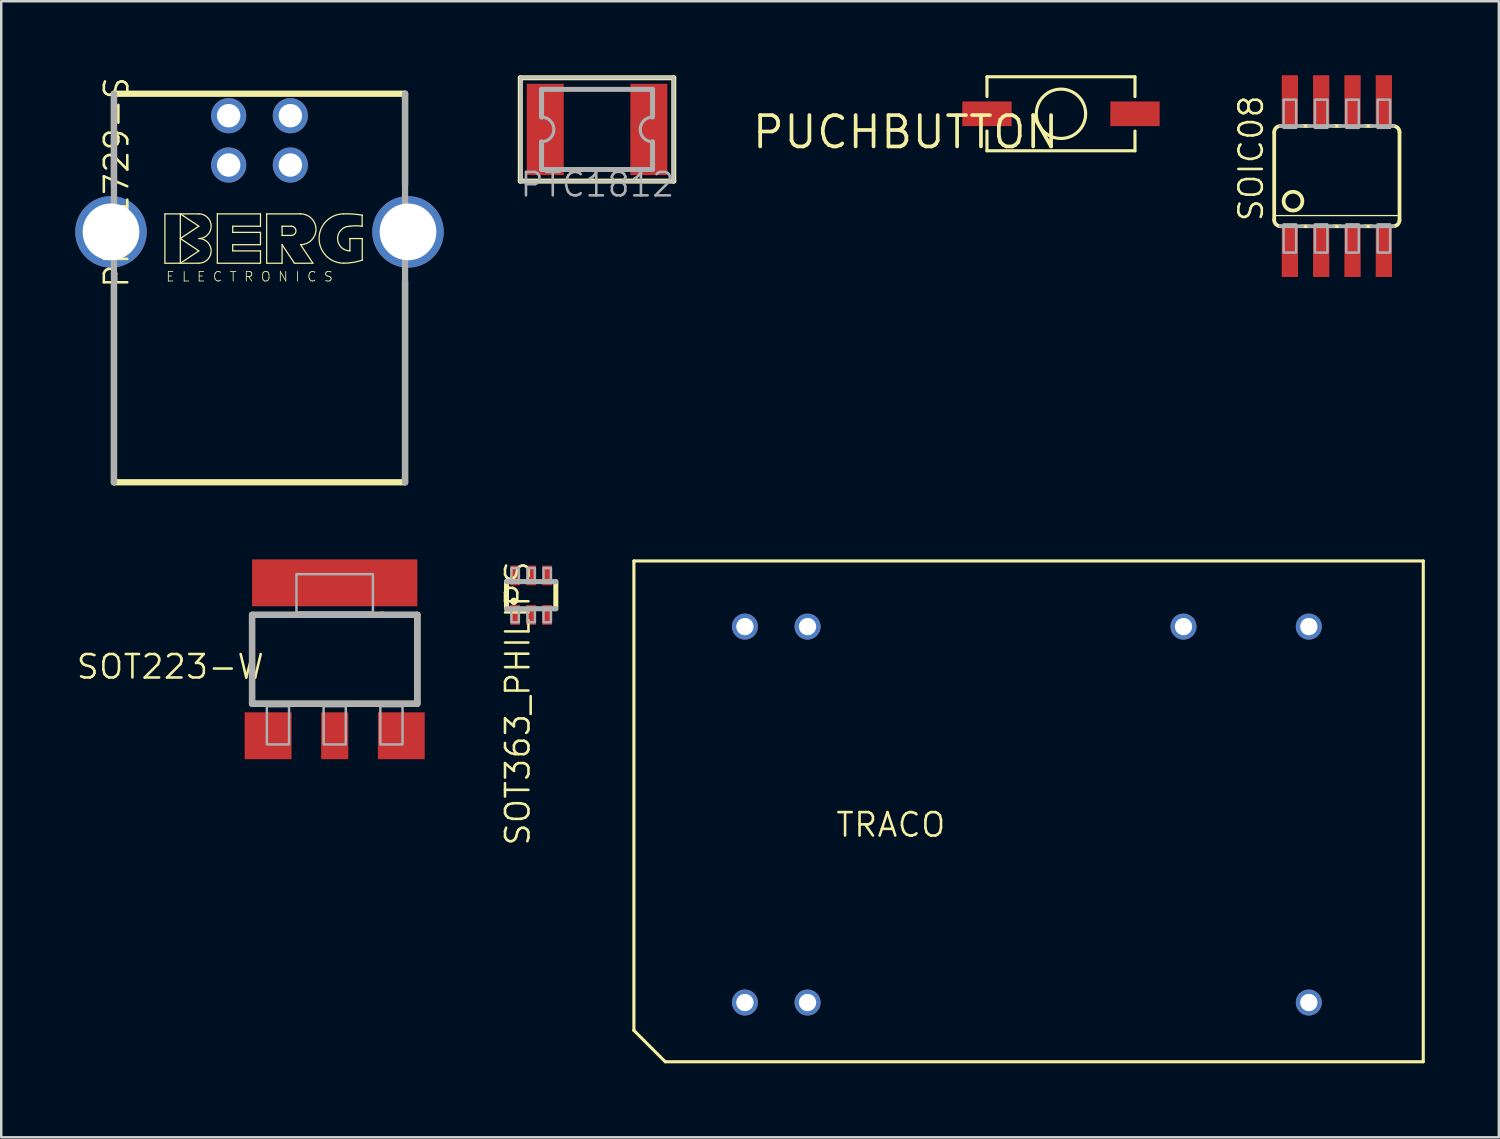
<source format=kicad_pcb>
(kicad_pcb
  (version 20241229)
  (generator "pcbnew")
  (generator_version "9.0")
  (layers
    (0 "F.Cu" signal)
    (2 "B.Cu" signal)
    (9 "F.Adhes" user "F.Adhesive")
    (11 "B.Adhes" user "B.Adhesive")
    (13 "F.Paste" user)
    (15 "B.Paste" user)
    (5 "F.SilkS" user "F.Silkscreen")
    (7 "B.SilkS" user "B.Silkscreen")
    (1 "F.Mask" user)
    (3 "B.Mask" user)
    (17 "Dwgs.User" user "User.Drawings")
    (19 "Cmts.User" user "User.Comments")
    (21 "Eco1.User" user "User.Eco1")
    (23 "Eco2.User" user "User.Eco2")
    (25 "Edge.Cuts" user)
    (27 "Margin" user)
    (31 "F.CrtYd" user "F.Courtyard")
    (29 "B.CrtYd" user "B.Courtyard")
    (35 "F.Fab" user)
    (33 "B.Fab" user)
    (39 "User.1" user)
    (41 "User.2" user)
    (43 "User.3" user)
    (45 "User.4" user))
  (footprint "PN61729-S"
    (layer "F.Cu")
    (at 7.47 6.35)
    (property "Reference" "PN61729-S" (at -6.35 -6.35 270) (layer "F.SilkS") (effects (font (size 0.95 0.95) (thickness 0.104)) (justify right top)))
    (attr through_hole)
    (fp_line (start -5.9 -5.6) (end -5.9 -1.915) (stroke (width 0.254) (type solid)) (layer "F.SilkS"))
    (fp_line (start -5.9 2.02) (end -5.9 10.15) (stroke (width 0.254) (type solid)) (layer "F.SilkS"))
    (fp_line (start -5.9 10.15) (end 5.9 10.15) (stroke (width 0.254) (type solid)) (layer "F.SilkS"))
    (fp_line (start -3.835 -0.73) (end -3.835 1.27) (stroke (width 0.051) (type solid)) (layer "F.SilkS"))
    (fp_line (start -3.835 1.27) (end -3.21 1.27) (stroke (width 0.051) (type solid)) (layer "F.SilkS"))
    (fp_line (start -3.21 -0.73) (end -3.835 -0.73) (stroke (width 0.051) (type solid)) (layer "F.SilkS"))
    (fp_line (start -3.21 -0.73) (end -2.46 -0.23) (stroke (width 0.051) (type solid)) (layer "F.SilkS"))
    (fp_line (start -3.21 0.27) (end -3.21 -0.73) (stroke (width 0.051) (type solid)) (layer "F.SilkS"))
    (fp_line (start -3.21 0.27) (end -2.46 0.77) (stroke (width 0.051) (type solid)) (layer "F.SilkS"))
    (fp_line (start -3.21 1.27) (end -3.21 0.27) (stroke (width 0.051) (type solid)) (layer "F.SilkS"))
    (fp_line (start -2.46 -0.73) (end -3.21 -0.73) (stroke (width 0.051) (type solid)) (layer "F.SilkS"))
    (fp_line (start -2.46 -0.23) (end -3.21 0.27) (stroke (width 0.051) (type solid)) (layer "F.SilkS"))
    (fp_line (start -2.46 0.77) (end -3.21 1.27) (stroke (width 0.051) (type solid)) (layer "F.SilkS"))
    (fp_line (start -2.46 1.27) (end -3.21 1.27) (stroke (width 0.051) (type solid)) (layer "F.SilkS"))
    (fp_line (start -1.71 -0.73) (end -1.71 1.27) (stroke (width 0.051) (type solid)) (layer "F.SilkS"))
    (fp_line (start -1.71 1.27) (end 0.04 1.27) (stroke (width 0.051) (type solid)) (layer "F.SilkS"))
    (fp_line (start -1.085 -0.23) (end 0.04 -0.23) (stroke (width 0.051) (type solid)) (layer "F.SilkS"))
    (fp_line (start -1.085 0.02) (end -1.085 -0.23) (stroke (width 0.051) (type solid)) (layer "F.SilkS"))
    (fp_line (start -1.085 0.52) (end 0.04 0.52) (stroke (width 0.051) (type solid)) (layer "F.SilkS"))
    (fp_line (start -1.085 0.77) (end -1.085 0.52) (stroke (width 0.051) (type solid)) (layer "F.SilkS"))
    (fp_line (start 0.04 -0.73) (end -1.71 -0.73) (stroke (width 0.051) (type solid)) (layer "F.SilkS"))
    (fp_line (start 0.04 -0.23) (end 0.04 -0.73) (stroke (width 0.051) (type solid)) (layer "F.SilkS"))
    (fp_line (start 0.04 0.02) (end -1.085 0.02) (stroke (width 0.051) (type solid)) (layer "F.SilkS"))
    (fp_line (start 0.04 0.52) (end 0.04 0.02) (stroke (width 0.051) (type solid)) (layer "F.SilkS"))
    (fp_line (start 0.04 0.77) (end -1.085 0.77) (stroke (width 0.051) (type solid)) (layer "F.SilkS"))
    (fp_line (start 0.04 1.27) (end 0.04 0.77) (stroke (width 0.051) (type solid)) (layer "F.SilkS"))
    (fp_line (start 0.29 -0.73) (end 0.29 1.27) (stroke (width 0.051) (type solid)) (layer "F.SilkS"))
    (fp_line (start 0.29 -0.73) (end 1.665 -0.73) (stroke (width 0.051) (type solid)) (layer "F.SilkS"))
    (fp_line (start 0.29 1.27) (end 0.915 1.27) (stroke (width 0.051) (type solid)) (layer "F.SilkS"))
    (fp_line (start 0.915 -0.23) (end 0.915 0.145) (stroke (width 0.051) (type solid)) (layer "F.SilkS"))
    (fp_line (start 0.915 -0.23) (end 1.29 -0.23) (stroke (width 0.051) (type solid)) (layer "F.SilkS"))
    (fp_line (start 0.915 0.145) (end 1.29 0.145) (stroke (width 0.051) (type solid)) (layer "F.SilkS"))
    (fp_line (start 0.915 0.52) (end 1.415 1.27) (stroke (width 0.051) (type solid)) (layer "F.SilkS"))
    (fp_line (start 0.915 1.27) (end 0.915 0.52) (stroke (width 0.051) (type solid)) (layer "F.SilkS"))
    (fp_line (start 1.415 1.27) (end 2.165 1.27) (stroke (width 0.051) (type solid)) (layer "F.SilkS"))
    (fp_line (start 2.165 1.27) (end 1.665 0.52) (stroke (width 0.051) (type solid)) (layer "F.SilkS"))
    (fp_line (start 3.665 0.27) (end 3.665 0.77) (stroke (width 0.051) (type solid)) (layer "F.SilkS"))
    (fp_line (start 3.665 0.27) (end 4.165 0.27) (stroke (width 0.051) (type solid)) (layer "F.SilkS"))
    (fp_line (start 4.16 -0.23) (end 4.16 -0.675) (stroke (width 0.051) (type solid)) (layer "F.SilkS"))
    (fp_line (start 4.165 0.27) (end 4.165 1.145) (stroke (width 0.051) (type solid)) (layer "F.SilkS"))
    (fp_line (start 5.9 -5.6) (end -5.9 -5.6) (stroke (width 0.254) (type solid)) (layer "F.SilkS"))
    (fp_line (start 5.9 -1.915) (end 5.9 -5.6) (stroke (width 0.254) (type solid)) (layer "F.SilkS"))
    (fp_line (start 5.9 10.15) (end 5.9 2.02) (stroke (width 0.254) (type solid)) (layer "F.SilkS"))
    (fp_arc (start -2.46 -0.73) (mid -1.96 -0.23) (end -2.46 0.27) (stroke (width 0.0508) (type solid)) (layer "F.SilkS"))
    (fp_arc (start -2.46 0.27) (mid -1.96 0.77) (end -2.46 1.27) (stroke (width 0.0508) (type solid)) (layer "F.SilkS"))
    (fp_arc (start 1.29 -0.23) (mid 1.4775 -0.0425) (end 1.29 0.145) (stroke (width 0.0508) (type solid)) (layer "F.SilkS"))
    (fp_arc (start 1.665 -0.73) (mid 2.29 -0.105) (end 1.665 0.52) (stroke (width 0.0508) (type solid)) (layer "F.SilkS"))
    (fp_arc (start 3.415 -0.73) (mid 3.796448 -0.72251) (end 4.175 -0.675) (stroke (width 0.0508) (type solid)) (layer "F.SilkS"))
    (fp_arc (start 3.415 1.27) (mid 2.415 0.27) (end 3.415 -0.73) (stroke (width 0.0508) (type solid)) (layer "F.SilkS"))
    (fp_arc (start 3.665 -0.23) (mid 3.915 -0.246593) (end 4.165 -0.23) (stroke (width 0.0508) (type solid)) (layer "F.SilkS"))
    (fp_arc (start 3.665 0.77) (mid 3.165 0.27) (end 3.665 -0.23) (stroke (width 0.0508) (type solid)) (layer "F.SilkS"))
    (fp_arc (start 4.165 1.145) (mid 3.795035 1.23771) (end 3.415 1.27) (stroke (width 0.0508) (type solid)) (layer "F.SilkS"))
    (fp_line (start -5.9 -5.6) (end -5.9 10.15) (stroke (width 0.254) (type solid)) (layer "F.Fab"))
    (fp_line (start 5.9 10.15) (end 5.9 -5.6) (stroke (width 0.254) (type solid)) (layer "F.Fab"))
    (fp_text user "E L E C T R O N I C S" (at -3.81 2.04 0) (layer "F.SilkS") (effects (font (size 0.386 0.386) (thickness 0.033)) (justify left bottom)))
    (pad "1" thru_hole circle (at 1.25 -4.71) (size 1.425 1.425) (drill 0.95) (layers "*.Cu" "*.Mask"))
    (pad "2" thru_hole circle (at -1.25 -4.71) (size 1.425 1.425) (drill 0.95) (layers "*.Cu" "*.Mask"))
    (pad "3" thru_hole circle (at -1.25 -2.71) (size 1.425 1.425) (drill 0.95) (layers "*.Cu" "*.Mask"))
    (pad "4" thru_hole circle (at 1.25 -2.71) (size 1.425 1.425) (drill 0.95) (layers "*.Cu" "*.Mask"))
    (pad "S1" thru_hole circle (at -6.02 0) (size 2.9 2.9) (drill 2.3) (layers "*.Cu" "*.Mask"))
    (pad "S2" thru_hole circle (at 6.02 0) (size 2.9 2.9) (drill 2.3) (layers "*.Cu" "*.Mask")))
  (footprint "SOT363_PHILIPS"
    (layer "F.Cu")
    (at 18.482 21.077)
    (property "Reference" "SOT363_PHILIPS" (at -1.1 -1.45 270) (layer "F.SilkS") (effects (font (size 0.95 0.95) (thickness 0.104)) (justify right top)))
    (attr through_hole)
    (fp_line (start -1 0.55) (end -1 -0.55) (stroke (width 0.203) (type solid)) (layer "F.SilkS"))
    (fp_line (start 1 -0.55) (end 1 0.55) (stroke (width 0.203) (type solid)) (layer "F.SilkS"))
    (fp_circle (center -0.7 0.25) (end -0.55 0.25) (stroke (width 0) (type solid)) (fill yes) (layer "F.SilkS"))
    (fp_line (start -1 -0.55) (end 1 -0.55) (stroke (width 0.203) (type solid)) (layer "F.Fab"))
    (fp_line (start 1 0.55) (end -1 0.55) (stroke (width 0.203) (type solid)) (layer "F.Fab"))
    (fp_poly (pts (xy -0.8 -0.6) (xy -0.5 -0.6) (xy -0.5 -1.1) (xy -0.8 -1.1)) (stroke (width 0.1) (type solid)) (fill no) (layer "F.Fab"))
    (fp_poly (pts (xy -0.8 1.1) (xy -0.5 1.1) (xy -0.5 0.6) (xy -0.8 0.6)) (stroke (width 0.1) (type solid)) (fill no) (layer "F.Fab"))
    (fp_poly (pts (xy -0.15 -0.6) (xy 0.15 -0.6) (xy 0.15 -1.1) (xy -0.15 -1.1)) (stroke (width 0.1) (type solid)) (fill no) (layer "F.Fab"))
    (fp_poly (pts (xy -0.15 1.1) (xy 0.15 1.1) (xy 0.15 0.6) (xy -0.15 0.6)) (stroke (width 0.1) (type solid)) (fill no) (layer "F.Fab"))
    (fp_poly (pts (xy 0.5 -0.6) (xy 0.8 -0.6) (xy 0.8 -1.1) (xy 0.5 -1.1)) (stroke (width 0.1) (type solid)) (fill no) (layer "F.Fab"))
    (fp_poly (pts (xy 0.5 1.1) (xy 0.8 1.1) (xy 0.8 0.6) (xy 0.5 0.6)) (stroke (width 0.1) (type solid)) (fill no) (layer "F.Fab"))
    (pad "1" smd rect (at -0.65 0.8) (size 0.4 0.8) (layers "F.Cu" "F.Mask" "F.Paste"))
    (pad "2" smd rect (at 0 0.8) (size 0.4 0.8) (layers "F.Cu" "F.Mask" "F.Paste"))
    (pad "3" smd rect (at 0.65 0.8) (size 0.4 0.8) (layers "F.Cu" "F.Mask" "F.Paste"))
    (pad "4" smd rect (at 0.65 -0.8) (size 0.4 0.8) (layers "F.Cu" "F.Mask" "F.Paste"))
    (pad "5" smd rect (at 0 -0.8) (size 0.4 0.8) (layers "F.Cu" "F.Mask" "F.Paste"))
    (pad "6" smd rect (at -0.65 -0.8) (size 0.4 0.8) (layers "F.Cu" "F.Mask" "F.Paste")))
  (footprint "TRACO"
    (layer "F.Cu")
    (at 38.522 29.831)
    (property "Reference" "TRACO" (at -3.175 0 0) (layer "F.SilkS") (effects (font (size 0.95 0.95) (thickness 0.104)) (justify right top)))
    (attr through_hole)
    (fp_line (start -15.875 -10.14) (end 16.125 -10.14) (stroke (width 0.127) (type solid)) (layer "F.SilkS"))
    (fp_line (start -15.875 8.89) (end -15.875 -10.14) (stroke (width 0.127) (type solid)) (layer "F.SilkS"))
    (fp_line (start -15.875 8.89) (end -14.605 10.16) (stroke (width 0.127) (type solid)) (layer "F.SilkS"))
    (fp_line (start 16.125 -10.14) (end 16.125 10.16) (stroke (width 0.127) (type solid)) (layer "F.SilkS"))
    (fp_line (start 16.125 10.16) (end -14.605 10.16) (stroke (width 0.127) (type solid)) (layer "F.SilkS"))
    (pad "+VIN1" thru_hole circle (at -11.375 -7.48) (size 1.056 1.056) (drill 0.7) (layers "*.Cu" "*.Mask"))
    (pad "+VIN2" thru_hole circle (at -8.835 -7.48) (size 1.056 1.056) (drill 0.7) (layers "*.Cu" "*.Mask"))
    (pad "+VOUT" thru_hole circle (at 11.485 -7.48) (size 1.056 1.056) (drill 0.7) (layers "*.Cu" "*.Mask"))
    (pad "-VIN1" thru_hole circle (at -11.375 7.76) (size 1.056 1.056) (drill 0.7) (layers "*.Cu" "*.Mask"))
    (pad "-VIN2" thru_hole circle (at -8.835 7.76) (size 1.056 1.056) (drill 0.7) (layers "*.Cu" "*.Mask"))
    (pad "-VOUT" thru_hole circle (at 6.405 -7.48) (size 1.056 1.056) (drill 0.7) (layers "*.Cu" "*.Mask"))
    (pad "P$6" thru_hole circle (at 11.485 7.76) (size 1.056 1.056) (drill 0.7) (layers "*.Cu" "*.Mask")))
  (footprint "SOIC08"
    (layer "F.Cu")
    (at 51.144 4.089)
    (property "Reference" "SOIC08" (at -2.921 1.905 270) (layer "F.SilkS") (effects (font (size 0.95 0.95) (thickness 0.104)) (justify left bottom)))
    (attr through_hole)
    (fp_line (start -2.54 -1.778) (end -2.54 1.778) (stroke (width 0.152) (type solid)) (layer "F.SilkS"))
    (fp_line (start -2.54 1.6) (end 2.54 1.6) (stroke (width 0.051) (type solid)) (layer "F.SilkS"))
    (fp_line (start -1.397 -2.032) (end -1.143 -2.032) (stroke (width 0.152) (type solid)) (layer "F.SilkS"))
    (fp_line (start -1.397 2.032) (end -1.143 2.032) (stroke (width 0.152) (type solid)) (layer "F.SilkS"))
    (fp_line (start -0.127 -2.032) (end 0.127 -2.032) (stroke (width 0.152) (type solid)) (layer "F.SilkS"))
    (fp_line (start -0.127 2.032) (end 0.127 2.032) (stroke (width 0.152) (type solid)) (layer "F.SilkS"))
    (fp_line (start 1.143 -2.032) (end 1.397 -2.032) (stroke (width 0.152) (type solid)) (layer "F.SilkS"))
    (fp_line (start 1.143 2.032) (end 1.397 2.032) (stroke (width 0.152) (type solid)) (layer "F.SilkS"))
    (fp_line (start 2.54 -1.778) (end 2.54 1.778) (stroke (width 0.152) (type solid)) (layer "F.SilkS"))
    (fp_arc (start -2.54 -1.778) (mid -2.465605 -1.957605) (end -2.286 -2.032) (stroke (width 0.1524) (type solid)) (layer "F.SilkS"))
    (fp_arc (start -2.286 2.032) (mid -2.465605 1.957605) (end -2.54 1.778) (stroke (width 0.1524) (type solid)) (layer "F.SilkS"))
    (fp_arc (start 2.286 -2.032) (mid 2.465605 -1.957605) (end 2.54 -1.778) (stroke (width 0.1524) (type solid)) (layer "F.SilkS"))
    (fp_arc (start 2.54 1.778) (mid 2.465605 1.957605) (end 2.286 2.032) (stroke (width 0.1524) (type solid)) (layer "F.SilkS"))
    (fp_circle (center -1.778 1.016) (end -1.397 1.016) (stroke (width 0.152) (type solid)) (fill no) (layer "F.SilkS"))
    (fp_line (start -2.286 -2.032) (end -1.397 -2.032) (stroke (width 0.152) (type solid)) (layer "F.Fab"))
    (fp_line (start -2.286 2.032) (end -1.397 2.032) (stroke (width 0.152) (type solid)) (layer "F.Fab"))
    (fp_line (start -1.143 -2.032) (end -0.127 -2.032) (stroke (width 0.152) (type solid)) (layer "F.Fab"))
    (fp_line (start -1.143 2.032) (end -0.127 2.032) (stroke (width 0.152) (type solid)) (layer "F.Fab"))
    (fp_line (start 0.127 -2.032) (end 1.143 -2.032) (stroke (width 0.152) (type solid)) (layer "F.Fab"))
    (fp_line (start 0.127 2.032) (end 1.143 2.032) (stroke (width 0.152) (type solid)) (layer "F.Fab"))
    (fp_line (start 1.397 -2.032) (end 2.286 -2.032) (stroke (width 0.152) (type solid)) (layer "F.Fab"))
    (fp_line (start 1.397 2.032) (end 2.286 2.032) (stroke (width 0.152) (type solid)) (layer "F.Fab"))
    (fp_poly (pts (xy -2.159 -1.956) (xy -1.651 -1.956) (xy -1.651 -3.099) (xy -2.159 -3.099)) (stroke (width 0.1) (type solid)) (fill no) (layer "F.Fab"))
    (fp_poly (pts (xy -2.159 3.099) (xy -1.651 3.099) (xy -1.651 1.956) (xy -2.159 1.956)) (stroke (width 0.1) (type solid)) (fill no) (layer "F.Fab"))
    (fp_poly (pts (xy -0.889 -1.956) (xy -0.381 -1.956) (xy -0.381 -3.099) (xy -0.889 -3.099)) (stroke (width 0.1) (type solid)) (fill no) (layer "F.Fab"))
    (fp_poly (pts (xy -0.889 3.099) (xy -0.381 3.099) (xy -0.381 1.956) (xy -0.889 1.956)) (stroke (width 0.1) (type solid)) (fill no) (layer "F.Fab"))
    (fp_poly (pts (xy 0.381 -1.956) (xy 0.889 -1.956) (xy 0.889 -3.099) (xy 0.381 -3.099)) (stroke (width 0.1) (type solid)) (fill no) (layer "F.Fab"))
    (fp_poly (pts (xy 0.381 3.099) (xy 0.889 3.099) (xy 0.889 1.956) (xy 0.381 1.956)) (stroke (width 0.1) (type solid)) (fill no) (layer "F.Fab"))
    (fp_poly (pts (xy 1.651 -1.956) (xy 2.159 -1.956) (xy 2.159 -3.099) (xy 1.651 -3.099)) (stroke (width 0.1) (type solid)) (fill no) (layer "F.Fab"))
    (fp_poly (pts (xy 1.651 3.099) (xy 2.159 3.099) (xy 2.159 1.956) (xy 1.651 1.956)) (stroke (width 0.1) (type solid)) (fill no) (layer "F.Fab"))
    (pad "1" smd rect (at -1.905 3.073) (size 0.66 2.032) (layers "F.Cu" "F.Mask" "F.Paste"))
    (pad "2" smd rect (at -0.635 3.073) (size 0.66 2.032) (layers "F.Cu" "F.Mask" "F.Paste"))
    (pad "3" smd rect (at 0.635 3.073) (size 0.66 2.032) (layers "F.Cu" "F.Mask" "F.Paste"))
    (pad "4" smd rect (at 1.905 3.073) (size 0.66 2.032) (layers "F.Cu" "F.Mask" "F.Paste"))
    (pad "5" smd rect (at 1.905 -3.073) (size 0.66 2.032) (layers "F.Cu" "F.Mask" "F.Paste"))
    (pad "6" smd rect (at 0.635 -3.073) (size 0.66 2.032) (layers "F.Cu" "F.Mask" "F.Paste"))
    (pad "7" smd rect (at -0.635 -3.073) (size 0.66 2.032) (layers "F.Cu" "F.Mask" "F.Paste"))
    (pad "8" smd rect (at -1.905 -3.073) (size 0.66 2.032) (layers "F.Cu" "F.Mask" "F.Paste")))
  (footprint "SOT223-W"
    (layer "F.Cu")
    (at 10.518 23.677)
    (property "Reference" "SOT223-W" (at -2.794 -0.254 180) (layer "F.SilkS") (effects (font (size 0.95 0.95) (thickness 0.104)) (justify right top)))
    (attr through_hole)
    (fp_line (start -3.35 -1.8) (end 1.96 -1.8) (stroke (width 0.254) (type solid)) (layer "F.SilkS"))
    (fp_line (start -3.35 1.8) (end -3.35 -1.8) (stroke (width 0.254) (type solid)) (layer "F.SilkS"))
    (fp_line (start -3.278 1.8) (end 0.724 1.8) (stroke (width 0.254) (type solid)) (layer "F.SilkS"))
    (fp_line (start 0.8 1.8) (end 3.278 1.8) (stroke (width 0.254) (type solid)) (layer "F.SilkS"))
    (fp_line (start 1.96 -1.8) (end 1.85 -1.8) (stroke (width 0.254) (type solid)) (layer "F.SilkS"))
    (fp_line (start 3.35 -1.8) (end 1.96 -1.8) (stroke (width 0.254) (type solid)) (layer "F.SilkS"))
    (fp_line (start 3.35 1.8) (end 3.35 -1.8) (stroke (width 0.254) (type solid)) (layer "F.SilkS"))
    (fp_line (start -3.35 -1.8) (end -3.35 1.8) (stroke (width 0.254) (type solid)) (layer "F.Fab"))
    (fp_line (start -3.35 1.8) (end 3.35 1.8) (stroke (width 0.254) (type solid)) (layer "F.Fab"))
    (fp_line (start 3.35 -1.8) (end -3.35 -1.8) (stroke (width 0.254) (type solid)) (layer "F.Fab"))
    (fp_line (start 3.35 1.8) (end 3.35 -1.8) (stroke (width 0.254) (type solid)) (layer "F.Fab"))
    (fp_poly (pts (xy -2.75 3.45) (xy -1.85 3.45) (xy -1.85 1.9) (xy -2.75 1.9)) (stroke (width 0.1) (type solid)) (fill no) (layer "F.Fab"))
    (fp_poly (pts (xy -1.55 -1.9) (xy 1.55 -1.9) (xy 1.55 -3.45) (xy -1.55 -3.45)) (stroke (width 0.1) (type solid)) (fill no) (layer "F.Fab"))
    (fp_poly (pts (xy -0.45 3.45) (xy 0.45 3.45) (xy 0.45 1.9) (xy -0.45 1.9)) (stroke (width 0.1) (type solid)) (fill no) (layer "F.Fab"))
    (fp_poly (pts (xy 1.85 3.45) (xy 2.75 3.45) (xy 2.75 1.9) (xy 1.85 1.9)) (stroke (width 0.1) (type solid)) (fill no) (layer "F.Fab"))
    (pad "1" smd rect (at -2.7 3.1) (size 1.9 1.9) (layers "F.Cu" "F.Mask" "F.Paste"))
    (pad "2" smd rect (at 0 3.1) (size 1.1 1.9) (layers "F.Cu" "F.Mask" "F.Paste"))
    (pad "3" smd rect (at 2.7 3.1) (size 1.9 1.9) (layers "F.Cu" "F.Mask" "F.Paste"))
    (pad "4" smd rect (at 0 -3.1) (size 6.7 1.9) (layers "F.Cu" "F.Mask" "F.Paste")))
  (footprint "PUCHBUTTON"
    (layer "F.Cu")
    (at 39.96 1.563)
    (property "Reference" "PUCHBUTTON" (at 0 0 0) (layer "F.SilkS") (effects (font (size 1.27 1.27) (thickness 0.15)) (justify right top)))
    (attr through_hole)
    (fp_line (start -3 -1.5) (end -3 -0.7) (stroke (width 0.127) (type solid)) (layer "F.SilkS"))
    (fp_line (start -3 -1.5) (end 3 -1.5) (stroke (width 0.127) (type solid)) (layer "F.SilkS"))
    (fp_line (start -3 1.5) (end -3 0.7) (stroke (width 0.127) (type solid)) (layer "F.SilkS"))
    (fp_line (start 3 -1.5) (end 3 -0.7) (stroke (width 0.127) (type solid)) (layer "F.SilkS"))
    (fp_line (start 3 1.5) (end -3 1.5) (stroke (width 0.127) (type solid)) (layer "F.SilkS"))
    (fp_line (start 3 1.5) (end 3 0.7) (stroke (width 0.127) (type solid)) (layer "F.SilkS"))
    (fp_circle (center 0 0) (end 1 0) (stroke (width 0.127) (type solid)) (fill no) (layer "F.SilkS"))
    (pad "P$1" smd rect (at 3 0 90) (size 1 2) (layers "F.Cu" "F.Mask" "F.Paste"))
    (pad "P$2" smd rect (at -3 0 90) (size 1 2) (layers "F.Cu" "F.Mask" "F.Paste")))
  (footprint "PTC1812"
    (layer "F.Cu")
    (at 21.153 2.197)
    (property "Reference" "PTC1812" (at -3.175 2.794 0) (layer "F.Fab") (effects (font (size 0.95 0.95) (thickness 0.104)) (justify left bottom)))
    (attr through_hole)
    (fp_line (start -3.111 -2.095) (end 3.111 -2.095) (stroke (width 0.203) (type solid)) (layer "F.SilkS"))
    (fp_line (start -3.111 2.095) (end -3.111 -2.095) (stroke (width 0.203) (type solid)) (layer "F.SilkS"))
    (fp_line (start 3.111 -2.095) (end 3.111 2.095) (stroke (width 0.203) (type solid)) (layer "F.SilkS"))
    (fp_line (start 3.111 2.095) (end -3.111 2.095) (stroke (width 0.203) (type solid)) (layer "F.SilkS"))
    (fp_line (start -3.1 -2.1) (end 3.1 -2.1) (stroke (width 0.127) (type solid)) (layer "Dwgs.User"))
    (fp_line (start -3.1 2.1) (end -3.1 -2.1) (stroke (width 0.127) (type solid)) (layer "Dwgs.User"))
    (fp_line (start 3.1 -2.1) (end 3.1 2.1) (stroke (width 0.127) (type solid)) (layer "Dwgs.User"))
    (fp_line (start 3.1 2.1) (end -3.1 2.1) (stroke (width 0.127) (type solid)) (layer "Dwgs.User"))
    (fp_line (start -2.25 -1.625) (end -2.25 -0.5) (stroke (width 0.203) (type solid)) (layer "F.Fab"))
    (fp_line (start -2.25 -1.625) (end 2.25 -1.625) (stroke (width 0.203) (type solid)) (layer "F.Fab"))
    (fp_line (start -2.25 0.5) (end -2.25 1.625) (stroke (width 0.203) (type solid)) (layer "F.Fab"))
    (fp_line (start -2.25 1.625) (end 2.25 1.625) (stroke (width 0.203) (type solid)) (layer "F.Fab"))
    (fp_line (start 2.25 -0.5) (end 2.25 -1.625) (stroke (width 0.203) (type solid)) (layer "F.Fab"))
    (fp_line (start 2.25 1.625) (end 2.25 0.5) (stroke (width 0.203) (type solid)) (layer "F.Fab"))
    (fp_arc (start -2.25 -0.5) (mid -1.75 0) (end -2.25 0.5) (stroke (width 0.127) (type solid)) (layer "F.Fab"))
    (fp_arc (start 2.25 0.5) (mid 1.75 0) (end 2.25 -0.5) (stroke (width 0.127) (type solid)) (layer "F.Fab"))
    (pad "P$1" smd rect (at -2.1 0) (size 1.5 3.7) (layers "F.Cu" "F.Mask" "F.Paste"))
    (pad "P$2" smd rect (at 2.1 0) (size 1.5 3.7) (layers "F.Cu" "F.Mask" "F.Paste")))
  (gr_rect
    (start -3 -3)
    (end 57.711 43.054)
    (stroke (width 0.1) (type default))
    (fill no)
    (layer "Edge.Cuts")))
</source>
